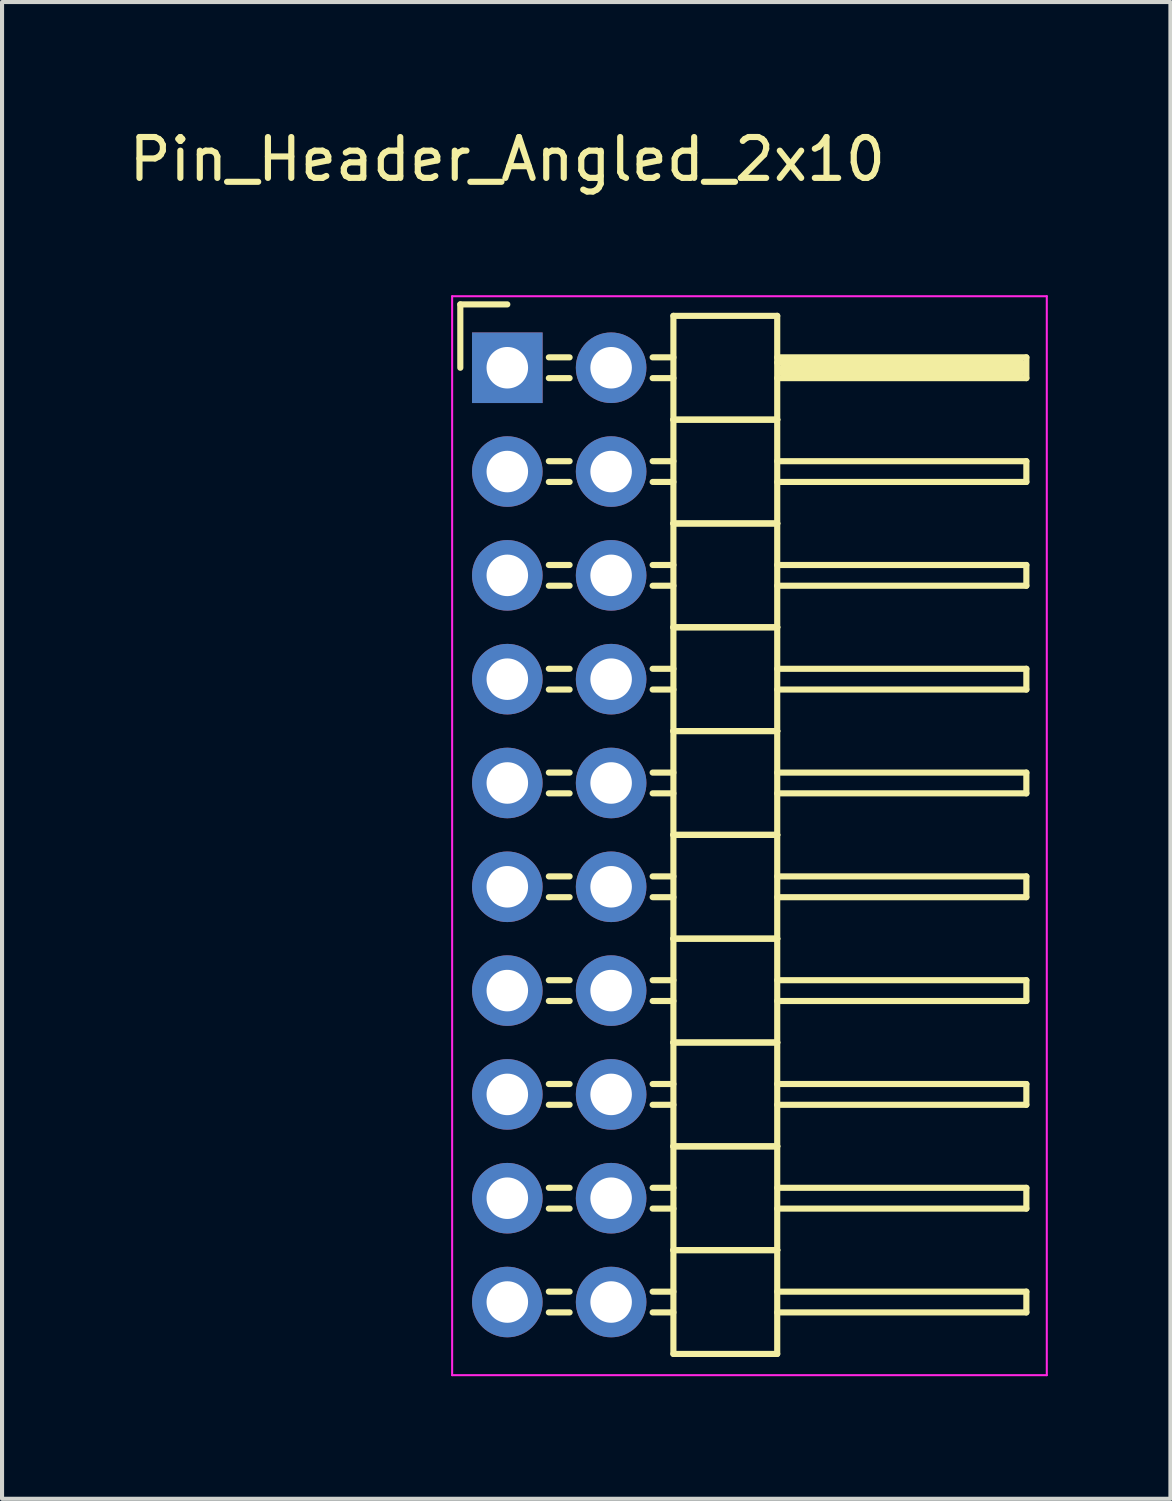
<source format=kicad_pcb>
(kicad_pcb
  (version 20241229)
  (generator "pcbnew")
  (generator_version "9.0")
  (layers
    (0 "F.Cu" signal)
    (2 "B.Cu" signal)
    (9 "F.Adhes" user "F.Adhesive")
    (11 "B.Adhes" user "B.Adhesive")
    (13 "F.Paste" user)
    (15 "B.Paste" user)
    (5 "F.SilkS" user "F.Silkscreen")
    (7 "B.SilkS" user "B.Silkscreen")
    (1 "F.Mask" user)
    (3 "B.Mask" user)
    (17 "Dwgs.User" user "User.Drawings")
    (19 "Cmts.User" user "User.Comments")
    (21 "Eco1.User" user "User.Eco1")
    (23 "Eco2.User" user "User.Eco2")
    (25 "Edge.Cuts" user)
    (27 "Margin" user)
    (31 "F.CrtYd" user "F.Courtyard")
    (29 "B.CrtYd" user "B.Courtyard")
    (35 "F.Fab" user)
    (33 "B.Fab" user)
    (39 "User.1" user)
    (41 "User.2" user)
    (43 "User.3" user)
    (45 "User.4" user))
  (footprint "Pin_Header_Angled_2x10"
    (layer "F.Cu")
    (at 9.363 5.948)
    (property "Reference" "Pin_Header_Angled_2x10" (at 0 -5.1 0) (layer "F.SilkS") (effects (font (size 1 1) (thickness 0.15))))
    (attr through_hole)
    (fp_line (start -1.15 -1.55) (end -1.15 0) (stroke (width 0.15) (type solid)) (layer "F.SilkS"))
    (fp_line (start 0 -1.55) (end -1.15 -1.55) (stroke (width 0.15) (type solid)) (layer "F.SilkS"))
    (fp_line (start 1.524 -0.254) (end 1.016 -0.254) (stroke (width 0.15) (type solid)) (layer "F.SilkS"))
    (fp_line (start 1.524 0.254) (end 1.016 0.254) (stroke (width 0.15) (type solid)) (layer "F.SilkS"))
    (fp_line (start 1.524 2.286) (end 1.016 2.286) (stroke (width 0.15) (type solid)) (layer "F.SilkS"))
    (fp_line (start 1.524 2.794) (end 1.016 2.794) (stroke (width 0.15) (type solid)) (layer "F.SilkS"))
    (fp_line (start 1.524 4.826) (end 1.016 4.826) (stroke (width 0.15) (type solid)) (layer "F.SilkS"))
    (fp_line (start 1.524 5.334) (end 1.016 5.334) (stroke (width 0.15) (type solid)) (layer "F.SilkS"))
    (fp_line (start 1.524 7.366) (end 1.016 7.366) (stroke (width 0.15) (type solid)) (layer "F.SilkS"))
    (fp_line (start 1.524 7.874) (end 1.016 7.874) (stroke (width 0.15) (type solid)) (layer "F.SilkS"))
    (fp_line (start 1.524 9.906) (end 1.016 9.906) (stroke (width 0.15) (type solid)) (layer "F.SilkS"))
    (fp_line (start 1.524 10.414) (end 1.016 10.414) (stroke (width 0.15) (type solid)) (layer "F.SilkS"))
    (fp_line (start 1.524 12.446) (end 1.016 12.446) (stroke (width 0.15) (type solid)) (layer "F.SilkS"))
    (fp_line (start 1.524 12.954) (end 1.016 12.954) (stroke (width 0.15) (type solid)) (layer "F.SilkS"))
    (fp_line (start 1.524 14.986) (end 1.016 14.986) (stroke (width 0.15) (type solid)) (layer "F.SilkS"))
    (fp_line (start 1.524 15.494) (end 1.016 15.494) (stroke (width 0.15) (type solid)) (layer "F.SilkS"))
    (fp_line (start 1.524 17.526) (end 1.016 17.526) (stroke (width 0.15) (type solid)) (layer "F.SilkS"))
    (fp_line (start 1.524 18.034) (end 1.016 18.034) (stroke (width 0.15) (type solid)) (layer "F.SilkS"))
    (fp_line (start 1.524 20.066) (end 1.016 20.066) (stroke (width 0.15) (type solid)) (layer "F.SilkS"))
    (fp_line (start 1.524 20.574) (end 1.016 20.574) (stroke (width 0.15) (type solid)) (layer "F.SilkS"))
    (fp_line (start 1.524 22.606) (end 1.016 22.606) (stroke (width 0.15) (type solid)) (layer "F.SilkS"))
    (fp_line (start 1.524 23.114) (end 1.016 23.114) (stroke (width 0.15) (type solid)) (layer "F.SilkS"))
    (fp_line (start 4.064 -1.27) (end 4.064 1.27) (stroke (width 0.15) (type solid)) (layer "F.SilkS"))
    (fp_line (start 4.064 -1.27) (end 6.604 -1.27) (stroke (width 0.15) (type solid)) (layer "F.SilkS"))
    (fp_line (start 4.064 -0.254) (end 3.556 -0.254) (stroke (width 0.15) (type solid)) (layer "F.SilkS"))
    (fp_line (start 4.064 0.254) (end 3.556 0.254) (stroke (width 0.15) (type solid)) (layer "F.SilkS"))
    (fp_line (start 4.064 1.27) (end 4.064 3.81) (stroke (width 0.15) (type solid)) (layer "F.SilkS"))
    (fp_line (start 4.064 1.27) (end 6.604 1.27) (stroke (width 0.15) (type solid)) (layer "F.SilkS"))
    (fp_line (start 4.064 1.27) (end 6.604 1.27) (stroke (width 0.15) (type solid)) (layer "F.SilkS"))
    (fp_line (start 4.064 2.286) (end 3.556 2.286) (stroke (width 0.15) (type solid)) (layer "F.SilkS"))
    (fp_line (start 4.064 2.794) (end 3.556 2.794) (stroke (width 0.15) (type solid)) (layer "F.SilkS"))
    (fp_line (start 4.064 3.81) (end 4.064 6.35) (stroke (width 0.15) (type solid)) (layer "F.SilkS"))
    (fp_line (start 4.064 3.81) (end 6.604 3.81) (stroke (width 0.15) (type solid)) (layer "F.SilkS"))
    (fp_line (start 4.064 3.81) (end 6.604 3.81) (stroke (width 0.15) (type solid)) (layer "F.SilkS"))
    (fp_line (start 4.064 4.826) (end 3.556 4.826) (stroke (width 0.15) (type solid)) (layer "F.SilkS"))
    (fp_line (start 4.064 5.334) (end 3.556 5.334) (stroke (width 0.15) (type solid)) (layer "F.SilkS"))
    (fp_line (start 4.064 6.35) (end 4.064 8.89) (stroke (width 0.15) (type solid)) (layer "F.SilkS"))
    (fp_line (start 4.064 6.35) (end 6.604 6.35) (stroke (width 0.15) (type solid)) (layer "F.SilkS"))
    (fp_line (start 4.064 6.35) (end 6.604 6.35) (stroke (width 0.15) (type solid)) (layer "F.SilkS"))
    (fp_line (start 4.064 7.366) (end 3.556 7.366) (stroke (width 0.15) (type solid)) (layer "F.SilkS"))
    (fp_line (start 4.064 7.874) (end 3.556 7.874) (stroke (width 0.15) (type solid)) (layer "F.SilkS"))
    (fp_line (start 4.064 8.89) (end 4.064 11.43) (stroke (width 0.15) (type solid)) (layer "F.SilkS"))
    (fp_line (start 4.064 8.89) (end 6.604 8.89) (stroke (width 0.15) (type solid)) (layer "F.SilkS"))
    (fp_line (start 4.064 8.89) (end 6.604 8.89) (stroke (width 0.15) (type solid)) (layer "F.SilkS"))
    (fp_line (start 4.064 9.906) (end 3.556 9.906) (stroke (width 0.15) (type solid)) (layer "F.SilkS"))
    (fp_line (start 4.064 10.414) (end 3.556 10.414) (stroke (width 0.15) (type solid)) (layer "F.SilkS"))
    (fp_line (start 4.064 11.43) (end 4.064 13.97) (stroke (width 0.15) (type solid)) (layer "F.SilkS"))
    (fp_line (start 4.064 11.43) (end 6.604 11.43) (stroke (width 0.15) (type solid)) (layer "F.SilkS"))
    (fp_line (start 4.064 11.43) (end 6.604 11.43) (stroke (width 0.15) (type solid)) (layer "F.SilkS"))
    (fp_line (start 4.064 12.446) (end 3.556 12.446) (stroke (width 0.15) (type solid)) (layer "F.SilkS"))
    (fp_line (start 4.064 12.954) (end 3.556 12.954) (stroke (width 0.15) (type solid)) (layer "F.SilkS"))
    (fp_line (start 4.064 13.97) (end 4.064 16.51) (stroke (width 0.15) (type solid)) (layer "F.SilkS"))
    (fp_line (start 4.064 13.97) (end 6.604 13.97) (stroke (width 0.15) (type solid)) (layer "F.SilkS"))
    (fp_line (start 4.064 13.97) (end 6.604 13.97) (stroke (width 0.15) (type solid)) (layer "F.SilkS"))
    (fp_line (start 4.064 14.986) (end 3.556 14.986) (stroke (width 0.15) (type solid)) (layer "F.SilkS"))
    (fp_line (start 4.064 15.494) (end 3.556 15.494) (stroke (width 0.15) (type solid)) (layer "F.SilkS"))
    (fp_line (start 4.064 16.51) (end 4.064 19.05) (stroke (width 0.15) (type solid)) (layer "F.SilkS"))
    (fp_line (start 4.064 16.51) (end 6.604 16.51) (stroke (width 0.15) (type solid)) (layer "F.SilkS"))
    (fp_line (start 4.064 16.51) (end 6.604 16.51) (stroke (width 0.15) (type solid)) (layer "F.SilkS"))
    (fp_line (start 4.064 17.526) (end 3.556 17.526) (stroke (width 0.15) (type solid)) (layer "F.SilkS"))
    (fp_line (start 4.064 18.034) (end 3.556 18.034) (stroke (width 0.15) (type solid)) (layer "F.SilkS"))
    (fp_line (start 4.064 19.05) (end 4.064 21.59) (stroke (width 0.15) (type solid)) (layer "F.SilkS"))
    (fp_line (start 4.064 19.05) (end 6.604 19.05) (stroke (width 0.15) (type solid)) (layer "F.SilkS"))
    (fp_line (start 4.064 19.05) (end 6.604 19.05) (stroke (width 0.15) (type solid)) (layer "F.SilkS"))
    (fp_line (start 4.064 20.066) (end 3.556 20.066) (stroke (width 0.15) (type solid)) (layer "F.SilkS"))
    (fp_line (start 4.064 20.574) (end 3.556 20.574) (stroke (width 0.15) (type solid)) (layer "F.SilkS"))
    (fp_line (start 4.064 21.59) (end 4.064 24.13) (stroke (width 0.15) (type solid)) (layer "F.SilkS"))
    (fp_line (start 4.064 21.59) (end 6.604 21.59) (stroke (width 0.15) (type solid)) (layer "F.SilkS"))
    (fp_line (start 4.064 21.59) (end 6.604 21.59) (stroke (width 0.15) (type solid)) (layer "F.SilkS"))
    (fp_line (start 4.064 22.606) (end 3.556 22.606) (stroke (width 0.15) (type solid)) (layer "F.SilkS"))
    (fp_line (start 4.064 23.114) (end 3.556 23.114) (stroke (width 0.15) (type solid)) (layer "F.SilkS"))
    (fp_line (start 4.064 24.13) (end 6.604 24.13) (stroke (width 0.15) (type solid)) (layer "F.SilkS"))
    (fp_line (start 6.604 -0.254) (end 12.7 -0.254) (stroke (width 0.15) (type solid)) (layer "F.SilkS"))
    (fp_line (start 6.604 -0.127) (end 12.573 -0.127) (stroke (width 0.15) (type solid)) (layer "F.SilkS"))
    (fp_line (start 6.604 1.27) (end 6.604 -1.27) (stroke (width 0.15) (type solid)) (layer "F.SilkS"))
    (fp_line (start 6.604 2.286) (end 12.7 2.286) (stroke (width 0.15) (type solid)) (layer "F.SilkS"))
    (fp_line (start 6.604 3.81) (end 6.604 1.27) (stroke (width 0.15) (type solid)) (layer "F.SilkS"))
    (fp_line (start 6.604 4.826) (end 12.7 4.826) (stroke (width 0.15) (type solid)) (layer "F.SilkS"))
    (fp_line (start 6.604 6.35) (end 6.604 3.81) (stroke (width 0.15) (type solid)) (layer "F.SilkS"))
    (fp_line (start 6.604 7.366) (end 12.7 7.366) (stroke (width 0.15) (type solid)) (layer "F.SilkS"))
    (fp_line (start 6.604 8.89) (end 6.604 6.35) (stroke (width 0.15) (type solid)) (layer "F.SilkS"))
    (fp_line (start 6.604 9.906) (end 12.7 9.906) (stroke (width 0.15) (type solid)) (layer "F.SilkS"))
    (fp_line (start 6.604 11.43) (end 6.604 8.89) (stroke (width 0.15) (type solid)) (layer "F.SilkS"))
    (fp_line (start 6.604 12.446) (end 12.7 12.446) (stroke (width 0.15) (type solid)) (layer "F.SilkS"))
    (fp_line (start 6.604 13.97) (end 6.604 11.43) (stroke (width 0.15) (type solid)) (layer "F.SilkS"))
    (fp_line (start 6.604 14.986) (end 12.7 14.986) (stroke (width 0.15) (type solid)) (layer "F.SilkS"))
    (fp_line (start 6.604 16.51) (end 6.604 13.97) (stroke (width 0.15) (type solid)) (layer "F.SilkS"))
    (fp_line (start 6.604 17.526) (end 12.7 17.526) (stroke (width 0.15) (type solid)) (layer "F.SilkS"))
    (fp_line (start 6.604 19.05) (end 6.604 16.51) (stroke (width 0.15) (type solid)) (layer "F.SilkS"))
    (fp_line (start 6.604 20.066) (end 12.7 20.066) (stroke (width 0.15) (type solid)) (layer "F.SilkS"))
    (fp_line (start 6.604 21.59) (end 6.604 19.05) (stroke (width 0.15) (type solid)) (layer "F.SilkS"))
    (fp_line (start 6.604 22.606) (end 12.7 22.606) (stroke (width 0.15) (type solid)) (layer "F.SilkS"))
    (fp_line (start 6.604 24.13) (end 6.604 21.59) (stroke (width 0.15) (type solid)) (layer "F.SilkS"))
    (fp_line (start 6.731 0) (end 12.573 0) (stroke (width 0.15) (type solid)) (layer "F.SilkS"))
    (fp_line (start 6.731 0.127) (end 6.731 0) (stroke (width 0.15) (type solid)) (layer "F.SilkS"))
    (fp_line (start 12.573 -0.127) (end 12.573 0.127) (stroke (width 0.15) (type solid)) (layer "F.SilkS"))
    (fp_line (start 12.573 0.127) (end 6.731 0.127) (stroke (width 0.15) (type solid)) (layer "F.SilkS"))
    (fp_line (start 12.7 -0.254) (end 12.7 0.254) (stroke (width 0.15) (type solid)) (layer "F.SilkS"))
    (fp_line (start 12.7 0.254) (end 6.604 0.254) (stroke (width 0.15) (type solid)) (layer "F.SilkS"))
    (fp_line (start 12.7 2.286) (end 12.7 2.794) (stroke (width 0.15) (type solid)) (layer "F.SilkS"))
    (fp_line (start 12.7 2.794) (end 6.604 2.794) (stroke (width 0.15) (type solid)) (layer "F.SilkS"))
    (fp_line (start 12.7 4.826) (end 12.7 5.334) (stroke (width 0.15) (type solid)) (layer "F.SilkS"))
    (fp_line (start 12.7 5.334) (end 6.604 5.334) (stroke (width 0.15) (type solid)) (layer "F.SilkS"))
    (fp_line (start 12.7 7.366) (end 12.7 7.874) (stroke (width 0.15) (type solid)) (layer "F.SilkS"))
    (fp_line (start 12.7 7.874) (end 6.604 7.874) (stroke (width 0.15) (type solid)) (layer "F.SilkS"))
    (fp_line (start 12.7 9.906) (end 12.7 10.414) (stroke (width 0.15) (type solid)) (layer "F.SilkS"))
    (fp_line (start 12.7 10.414) (end 6.604 10.414) (stroke (width 0.15) (type solid)) (layer "F.SilkS"))
    (fp_line (start 12.7 12.446) (end 12.7 12.954) (stroke (width 0.15) (type solid)) (layer "F.SilkS"))
    (fp_line (start 12.7 12.954) (end 6.604 12.954) (stroke (width 0.15) (type solid)) (layer "F.SilkS"))
    (fp_line (start 12.7 14.986) (end 12.7 15.494) (stroke (width 0.15) (type solid)) (layer "F.SilkS"))
    (fp_line (start 12.7 15.494) (end 6.604 15.494) (stroke (width 0.15) (type solid)) (layer "F.SilkS"))
    (fp_line (start 12.7 17.526) (end 12.7 18.034) (stroke (width 0.15) (type solid)) (layer "F.SilkS"))
    (fp_line (start 12.7 18.034) (end 6.604 18.034) (stroke (width 0.15) (type solid)) (layer "F.SilkS"))
    (fp_line (start 12.7 20.066) (end 12.7 20.574) (stroke (width 0.15) (type solid)) (layer "F.SilkS"))
    (fp_line (start 12.7 20.574) (end 6.604 20.574) (stroke (width 0.15) (type solid)) (layer "F.SilkS"))
    (fp_line (start 12.7 22.606) (end 12.7 23.114) (stroke (width 0.15) (type solid)) (layer "F.SilkS"))
    (fp_line (start 12.7 23.114) (end 6.604 23.114) (stroke (width 0.15) (type solid)) (layer "F.SilkS"))
    (fp_line (start -1.35 -1.75) (end -1.35 24.65) (stroke (width 0.05) (type solid)) (layer "F.CrtYd"))
    (fp_line (start -1.35 -1.75) (end 13.2 -1.75) (stroke (width 0.05) (type solid)) (layer "F.CrtYd"))
    (fp_line (start -1.35 24.65) (end 13.2 24.65) (stroke (width 0.05) (type solid)) (layer "F.CrtYd"))
    (fp_line (start 13.2 -1.75) (end 13.2 24.65) (stroke (width 0.05) (type solid)) (layer "F.CrtYd"))
    (pad "1" thru_hole rect (at 0 0) (size 1.727 1.727) (drill 1.016) (layers "*.Cu" "*.Mask"))
    (pad "2" thru_hole oval (at 2.54 0) (size 1.727 1.727) (drill 1.016) (layers "*.Cu" "*.Mask"))
    (pad "3" thru_hole oval (at 0 2.54) (size 1.727 1.727) (drill 1.016) (layers "*.Cu" "*.Mask"))
    (pad "4" thru_hole oval (at 2.54 2.54) (size 1.727 1.727) (drill 1.016) (layers "*.Cu" "*.Mask"))
    (pad "5" thru_hole oval (at 0 5.08) (size 1.727 1.727) (drill 1.016) (layers "*.Cu" "*.Mask"))
    (pad "6" thru_hole oval (at 2.54 5.08) (size 1.727 1.727) (drill 1.016) (layers "*.Cu" "*.Mask"))
    (pad "7" thru_hole oval (at 0 7.62) (size 1.727 1.727) (drill 1.016) (layers "*.Cu" "*.Mask"))
    (pad "8" thru_hole oval (at 2.54 7.62) (size 1.727 1.727) (drill 1.016) (layers "*.Cu" "*.Mask"))
    (pad "9" thru_hole oval (at 0 10.16) (size 1.727 1.727) (drill 1.016) (layers "*.Cu" "*.Mask"))
    (pad "10" thru_hole oval (at 2.54 10.16) (size 1.727 1.727) (drill 1.016) (layers "*.Cu" "*.Mask"))
    (pad "11" thru_hole oval (at 0 12.7) (size 1.727 1.727) (drill 1.016) (layers "*.Cu" "*.Mask"))
    (pad "12" thru_hole oval (at 2.54 12.7) (size 1.727 1.727) (drill 1.016) (layers "*.Cu" "*.Mask"))
    (pad "13" thru_hole oval (at 0 15.24) (size 1.727 1.727) (drill 1.016) (layers "*.Cu" "*.Mask"))
    (pad "14" thru_hole oval (at 2.54 15.24) (size 1.727 1.727) (drill 1.016) (layers "*.Cu" "*.Mask"))
    (pad "15" thru_hole oval (at 0 17.78) (size 1.727 1.727) (drill 1.016) (layers "*.Cu" "*.Mask"))
    (pad "16" thru_hole oval (at 2.54 17.78) (size 1.727 1.727) (drill 1.016) (layers "*.Cu" "*.Mask"))
    (pad "17" thru_hole oval (at 0 20.32) (size 1.727 1.727) (drill 1.016) (layers "*.Cu" "*.Mask"))
    (pad "18" thru_hole oval (at 2.54 20.32) (size 1.727 1.727) (drill 1.016) (layers "*.Cu" "*.Mask"))
    (pad "19" thru_hole oval (at 0 22.86) (size 1.727 1.727) (drill 1.016) (layers "*.Cu" "*.Mask"))
    (pad "20" thru_hole oval (at 2.54 22.86) (size 1.727 1.727) (drill 1.016) (layers "*.Cu" "*.Mask")))
  (gr_rect
    (start -3 -3)
    (end 25.588 33.623)
    (stroke (width 0.1) (type default))
    (fill no)
    (layer "Edge.Cuts")))
</source>
